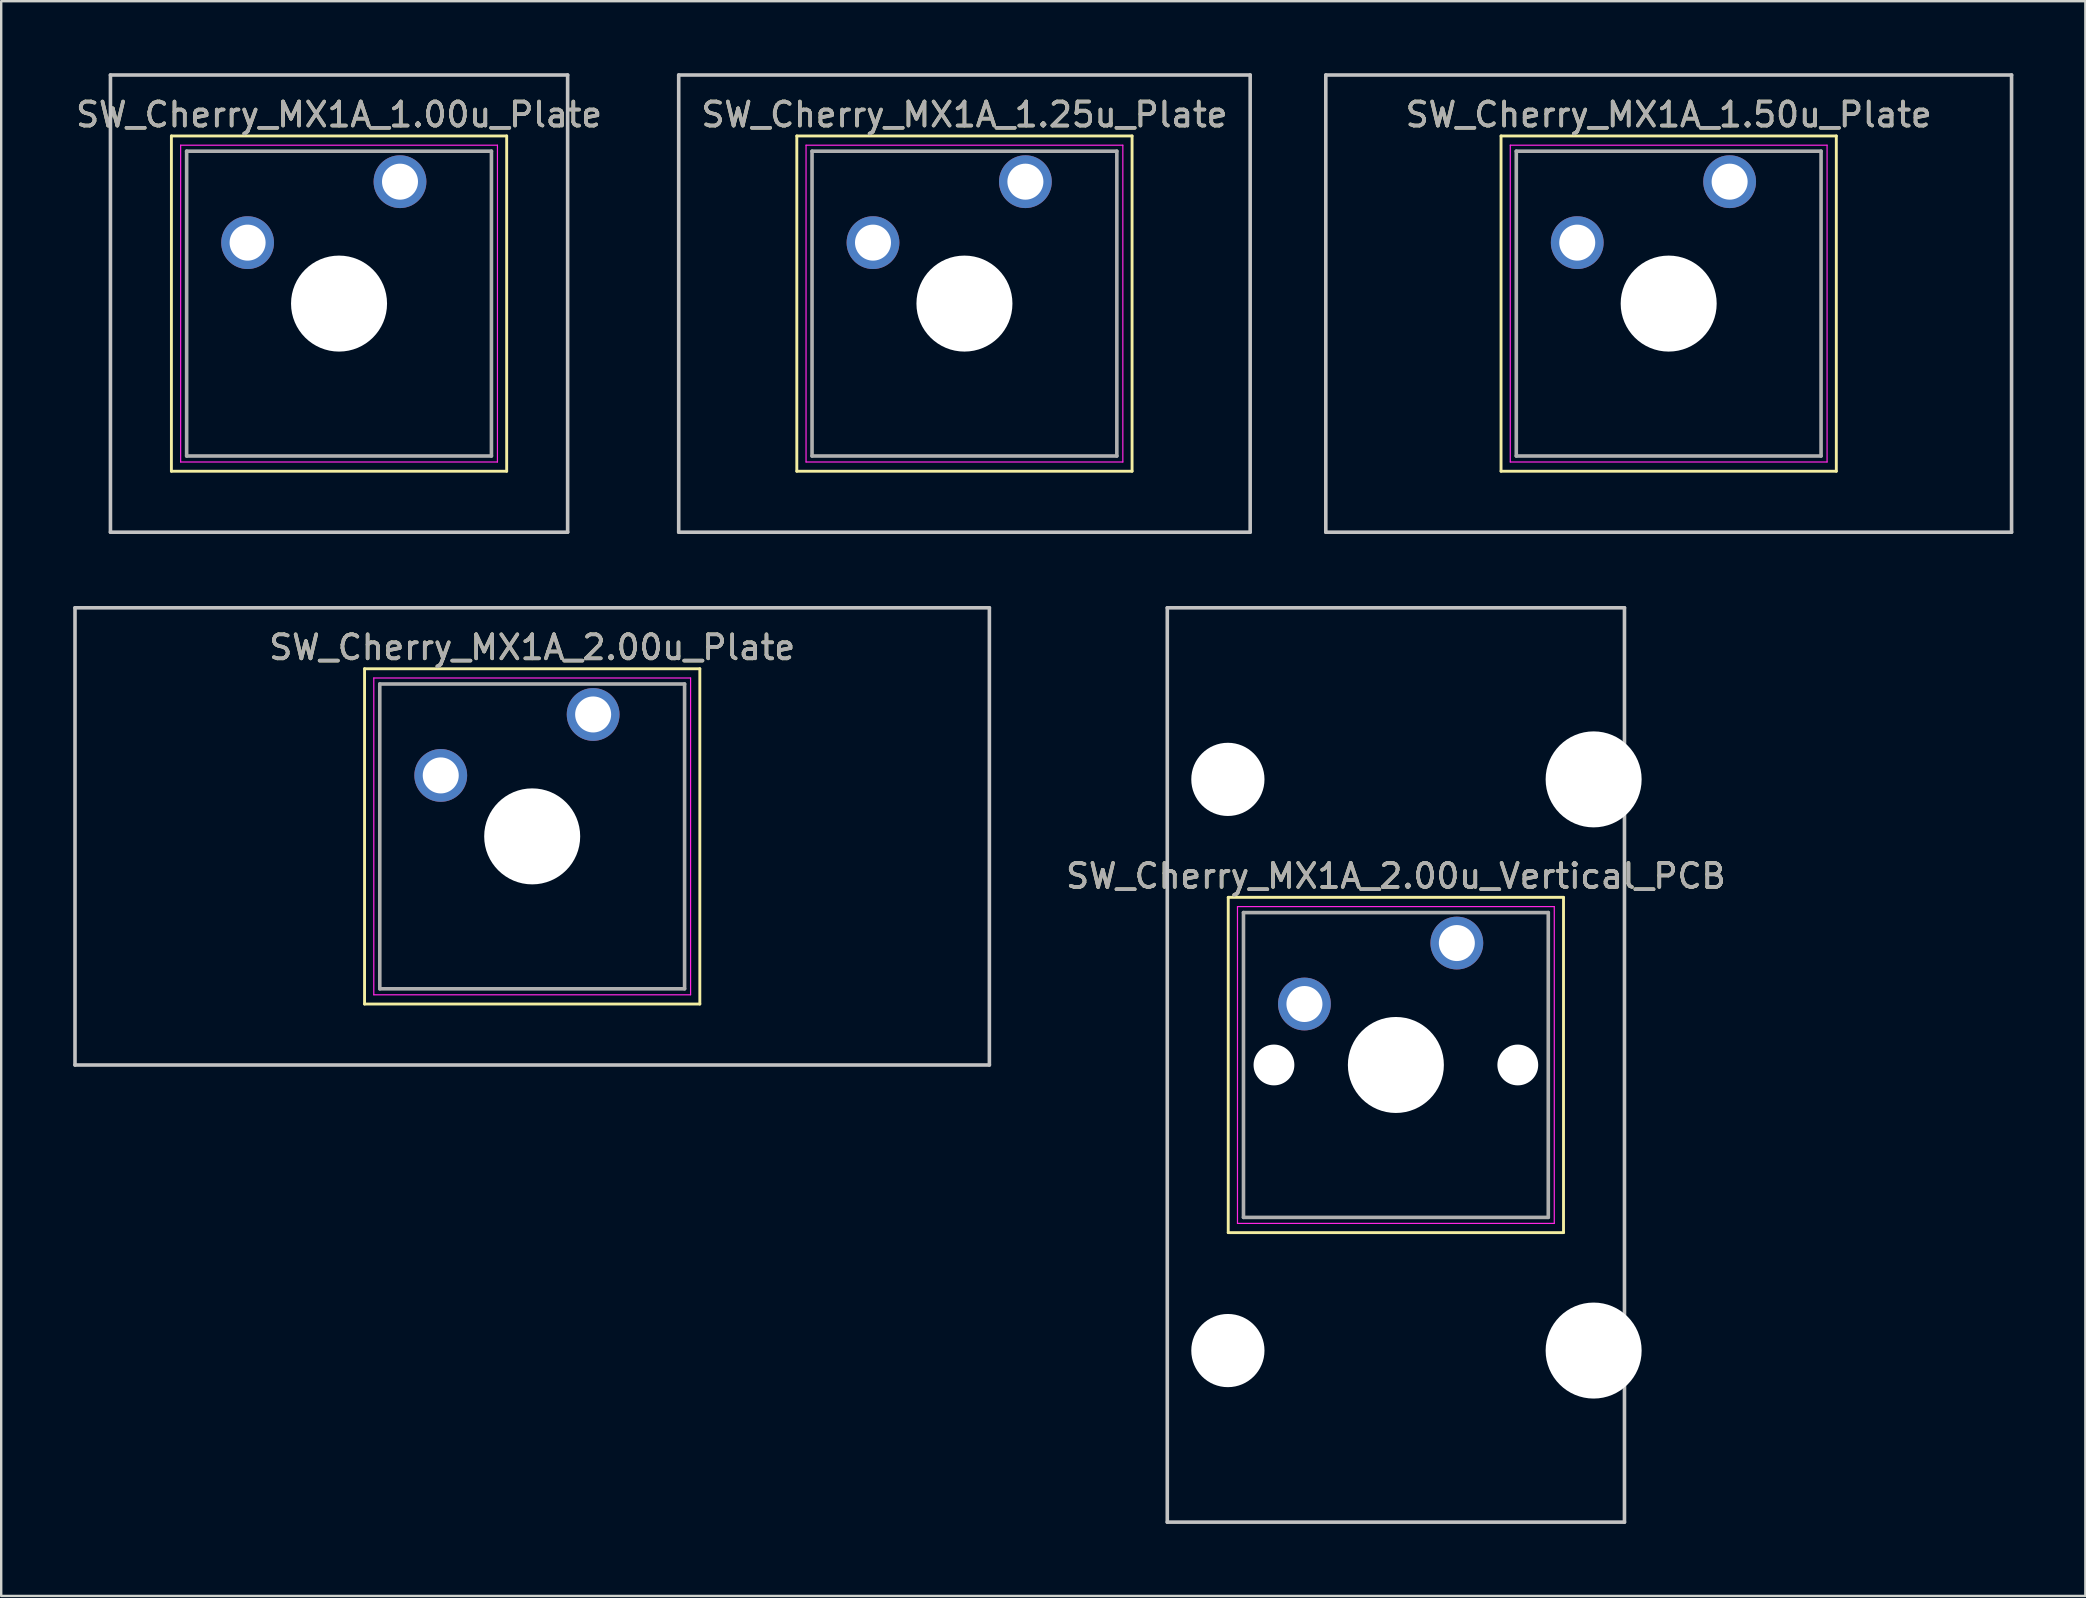
<source format=kicad_pcb>
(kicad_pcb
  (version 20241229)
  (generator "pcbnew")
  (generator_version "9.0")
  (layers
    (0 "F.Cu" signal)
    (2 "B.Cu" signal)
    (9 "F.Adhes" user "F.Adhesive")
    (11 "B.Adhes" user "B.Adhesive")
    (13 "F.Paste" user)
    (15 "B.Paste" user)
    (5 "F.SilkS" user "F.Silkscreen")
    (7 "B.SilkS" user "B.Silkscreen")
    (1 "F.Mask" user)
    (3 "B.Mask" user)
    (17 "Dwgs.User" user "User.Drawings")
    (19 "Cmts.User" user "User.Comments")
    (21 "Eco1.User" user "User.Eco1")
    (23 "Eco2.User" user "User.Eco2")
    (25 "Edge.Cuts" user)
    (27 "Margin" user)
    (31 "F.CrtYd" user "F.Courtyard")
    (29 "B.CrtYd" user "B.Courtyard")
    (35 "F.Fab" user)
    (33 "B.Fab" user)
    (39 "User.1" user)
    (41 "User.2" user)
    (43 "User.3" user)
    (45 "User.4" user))
  (footprint "SW_Cherry_MX1A_1.25u_Plate"
    (layer "F.Cu")
    (at 37.136 9.6)
    (property "Reference" "SW_Cherry_MX1A_1.25u_Plate" (at 0 -7.874 0) (layer "F.SilkS") (effects (font (size 1 1) (thickness 0.15))))
    (attr through_hole)
    (fp_line (start -6.985 -6.985) (end 6.985 -6.985) (stroke (width 0.12) (type solid)) (layer "F.SilkS"))
    (fp_line (start -6.985 6.985) (end -6.985 -6.985) (stroke (width 0.12) (type solid)) (layer "F.SilkS"))
    (fp_line (start 6.985 -6.985) (end 6.985 6.985) (stroke (width 0.12) (type solid)) (layer "F.SilkS"))
    (fp_line (start 6.985 6.985) (end -6.985 6.985) (stroke (width 0.12) (type solid)) (layer "F.SilkS"))
    (fp_line (start -11.906 -9.525) (end 11.906 -9.525) (stroke (width 0.15) (type solid)) (layer "Dwgs.User"))
    (fp_line (start -11.906 9.525) (end -11.906 -9.525) (stroke (width 0.15) (type solid)) (layer "Dwgs.User"))
    (fp_line (start 11.906 -9.525) (end 11.906 9.525) (stroke (width 0.15) (type solid)) (layer "Dwgs.User"))
    (fp_line (start 11.906 9.525) (end -11.906 9.525) (stroke (width 0.15) (type solid)) (layer "Dwgs.User"))
    (fp_line (start -6.6 -6.6) (end 6.6 -6.6) (stroke (width 0.05) (type solid)) (layer "F.CrtYd"))
    (fp_line (start -6.6 6.6) (end -6.6 -6.6) (stroke (width 0.05) (type solid)) (layer "F.CrtYd"))
    (fp_line (start 6.6 -6.6) (end 6.6 6.6) (stroke (width 0.05) (type solid)) (layer "F.CrtYd"))
    (fp_line (start 6.6 6.6) (end -6.6 6.6) (stroke (width 0.05) (type solid)) (layer "F.CrtYd"))
    (fp_line (start -6.35 -6.35) (end 6.35 -6.35) (stroke (width 0.15) (type solid)) (layer "F.Fab"))
    (fp_line (start -6.35 6.35) (end -6.35 -6.35) (stroke (width 0.15) (type solid)) (layer "F.Fab"))
    (fp_line (start 6.35 -6.35) (end 6.35 6.35) (stroke (width 0.15) (type solid)) (layer "F.Fab"))
    (fp_line (start 6.35 6.35) (end -6.35 6.35) (stroke (width 0.15) (type solid)) (layer "F.Fab"))
    (fp_text user "${REFERENCE}" (at 0 -7.874 0) (layer "F.Fab") (effects (font (size 1 1) (thickness 0.15))))
    (pad "" np_thru_hole circle (at 0 0) (size 4 4) (drill 4) (layers "*.Cu" "*.Mask"))
    (pad "1" thru_hole circle (at 2.54 -5.08) (size 2.2 2.2) (drill 1.5) (layers "*.Cu" "*.Mask"))
    (pad "2" thru_hole circle (at -3.81 -2.54) (size 2.2 2.2) (drill 1.5) (layers "*.Cu" "*.Mask")))
  (footprint "SW_Cherry_MX1A_1.00u_Plate"
    (layer "F.Cu")
    (at 11.077 9.6)
    (property "Reference" "SW_Cherry_MX1A_1.00u_Plate" (at 0 -7.874 0) (layer "F.SilkS") (effects (font (size 1 1) (thickness 0.15))))
    (attr through_hole)
    (fp_line (start -6.985 -6.985) (end 6.985 -6.985) (stroke (width 0.12) (type solid)) (layer "F.SilkS"))
    (fp_line (start -6.985 6.985) (end -6.985 -6.985) (stroke (width 0.12) (type solid)) (layer "F.SilkS"))
    (fp_line (start 6.985 -6.985) (end 6.985 6.985) (stroke (width 0.12) (type solid)) (layer "F.SilkS"))
    (fp_line (start 6.985 6.985) (end -6.985 6.985) (stroke (width 0.12) (type solid)) (layer "F.SilkS"))
    (fp_line (start -9.525 -9.525) (end 9.525 -9.525) (stroke (width 0.15) (type solid)) (layer "Dwgs.User"))
    (fp_line (start -9.525 9.525) (end -9.525 -9.525) (stroke (width 0.15) (type solid)) (layer "Dwgs.User"))
    (fp_line (start 9.525 -9.525) (end 9.525 9.525) (stroke (width 0.15) (type solid)) (layer "Dwgs.User"))
    (fp_line (start 9.525 9.525) (end -9.525 9.525) (stroke (width 0.15) (type solid)) (layer "Dwgs.User"))
    (fp_line (start -6.6 -6.6) (end 6.6 -6.6) (stroke (width 0.05) (type solid)) (layer "F.CrtYd"))
    (fp_line (start -6.6 6.6) (end -6.6 -6.6) (stroke (width 0.05) (type solid)) (layer "F.CrtYd"))
    (fp_line (start 6.6 -6.6) (end 6.6 6.6) (stroke (width 0.05) (type solid)) (layer "F.CrtYd"))
    (fp_line (start 6.6 6.6) (end -6.6 6.6) (stroke (width 0.05) (type solid)) (layer "F.CrtYd"))
    (fp_line (start -6.35 -6.35) (end 6.35 -6.35) (stroke (width 0.15) (type solid)) (layer "F.Fab"))
    (fp_line (start -6.35 6.35) (end -6.35 -6.35) (stroke (width 0.15) (type solid)) (layer "F.Fab"))
    (fp_line (start 6.35 -6.35) (end 6.35 6.35) (stroke (width 0.15) (type solid)) (layer "F.Fab"))
    (fp_line (start 6.35 6.35) (end -6.35 6.35) (stroke (width 0.15) (type solid)) (layer "F.Fab"))
    (fp_text user "${REFERENCE}" (at 0 -7.874 0) (layer "F.Fab") (effects (font (size 1 1) (thickness 0.15))))
    (pad "" np_thru_hole circle (at 0 0) (size 4 4) (drill 4) (layers "*.Cu" "*.Mask"))
    (pad "1" thru_hole circle (at 2.54 -5.08) (size 2.2 2.2) (drill 1.5) (layers "*.Cu" "*.Mask"))
    (pad "2" thru_hole circle (at -3.81 -2.54) (size 2.2 2.2) (drill 1.5) (layers "*.Cu" "*.Mask")))
  (footprint "SW_Cherry_MX1A_1.50u_Plate"
    (layer "F.Cu")
    (at 66.48 9.6)
    (property "Reference" "SW_Cherry_MX1A_1.50u_Plate" (at 0 -7.874 0) (layer "F.SilkS") (effects (font (size 1 1) (thickness 0.15))))
    (attr through_hole)
    (fp_line (start -6.985 -6.985) (end 6.985 -6.985) (stroke (width 0.12) (type solid)) (layer "F.SilkS"))
    (fp_line (start -6.985 6.985) (end -6.985 -6.985) (stroke (width 0.12) (type solid)) (layer "F.SilkS"))
    (fp_line (start 6.985 -6.985) (end 6.985 6.985) (stroke (width 0.12) (type solid)) (layer "F.SilkS"))
    (fp_line (start 6.985 6.985) (end -6.985 6.985) (stroke (width 0.12) (type solid)) (layer "F.SilkS"))
    (fp_line (start -14.287 -9.525) (end 14.287 -9.525) (stroke (width 0.15) (type solid)) (layer "Dwgs.User"))
    (fp_line (start -14.287 9.525) (end -14.287 -9.525) (stroke (width 0.15) (type solid)) (layer "Dwgs.User"))
    (fp_line (start 14.287 -9.525) (end 14.287 9.525) (stroke (width 0.15) (type solid)) (layer "Dwgs.User"))
    (fp_line (start 14.287 9.525) (end -14.287 9.525) (stroke (width 0.15) (type solid)) (layer "Dwgs.User"))
    (fp_line (start -6.6 -6.6) (end 6.6 -6.6) (stroke (width 0.05) (type solid)) (layer "F.CrtYd"))
    (fp_line (start -6.6 6.6) (end -6.6 -6.6) (stroke (width 0.05) (type solid)) (layer "F.CrtYd"))
    (fp_line (start 6.6 -6.6) (end 6.6 6.6) (stroke (width 0.05) (type solid)) (layer "F.CrtYd"))
    (fp_line (start 6.6 6.6) (end -6.6 6.6) (stroke (width 0.05) (type solid)) (layer "F.CrtYd"))
    (fp_line (start -6.35 -6.35) (end 6.35 -6.35) (stroke (width 0.15) (type solid)) (layer "F.Fab"))
    (fp_line (start -6.35 6.35) (end -6.35 -6.35) (stroke (width 0.15) (type solid)) (layer "F.Fab"))
    (fp_line (start 6.35 -6.35) (end 6.35 6.35) (stroke (width 0.15) (type solid)) (layer "F.Fab"))
    (fp_line (start 6.35 6.35) (end -6.35 6.35) (stroke (width 0.15) (type solid)) (layer "F.Fab"))
    (fp_text user "${REFERENCE}" (at 0 -7.874 0) (layer "F.Fab") (effects (font (size 1 1) (thickness 0.15))))
    (pad "" np_thru_hole circle (at 0 0) (size 4 4) (drill 4) (layers "*.Cu" "*.Mask"))
    (pad "1" thru_hole circle (at 2.54 -5.08) (size 2.2 2.2) (drill 1.5) (layers "*.Cu" "*.Mask"))
    (pad "2" thru_hole circle (at -3.81 -2.54) (size 2.2 2.2) (drill 1.5) (layers "*.Cu" "*.Mask")))
  (footprint "SW_Cherry_MX1A_2.00u_Plate"
    (layer "F.Cu")
    (at 19.125 31.8)
    (property "Reference" "SW_Cherry_MX1A_2.00u_Plate" (at 0 -7.874 0) (layer "F.SilkS") (effects (font (size 1 1) (thickness 0.15))))
    (attr through_hole)
    (fp_line (start -6.985 -6.985) (end 6.985 -6.985) (stroke (width 0.12) (type solid)) (layer "F.SilkS"))
    (fp_line (start -6.985 6.985) (end -6.985 -6.985) (stroke (width 0.12) (type solid)) (layer "F.SilkS"))
    (fp_line (start 6.985 -6.985) (end 6.985 6.985) (stroke (width 0.12) (type solid)) (layer "F.SilkS"))
    (fp_line (start 6.985 6.985) (end -6.985 6.985) (stroke (width 0.12) (type solid)) (layer "F.SilkS"))
    (fp_line (start -19.05 -9.525) (end 19.05 -9.525) (stroke (width 0.15) (type solid)) (layer "Dwgs.User"))
    (fp_line (start -19.05 9.525) (end -19.05 -9.525) (stroke (width 0.15) (type solid)) (layer "Dwgs.User"))
    (fp_line (start 19.05 -9.525) (end 19.05 9.525) (stroke (width 0.15) (type solid)) (layer "Dwgs.User"))
    (fp_line (start 19.05 9.525) (end -19.05 9.525) (stroke (width 0.15) (type solid)) (layer "Dwgs.User"))
    (fp_line (start -6.6 -6.6) (end 6.6 -6.6) (stroke (width 0.05) (type solid)) (layer "F.CrtYd"))
    (fp_line (start -6.6 6.6) (end -6.6 -6.6) (stroke (width 0.05) (type solid)) (layer "F.CrtYd"))
    (fp_line (start 6.6 -6.6) (end 6.6 6.6) (stroke (width 0.05) (type solid)) (layer "F.CrtYd"))
    (fp_line (start 6.6 6.6) (end -6.6 6.6) (stroke (width 0.05) (type solid)) (layer "F.CrtYd"))
    (fp_line (start -6.35 -6.35) (end 6.35 -6.35) (stroke (width 0.15) (type solid)) (layer "F.Fab"))
    (fp_line (start -6.35 6.35) (end -6.35 -6.35) (stroke (width 0.15) (type solid)) (layer "F.Fab"))
    (fp_line (start 6.35 -6.35) (end 6.35 6.35) (stroke (width 0.15) (type solid)) (layer "F.Fab"))
    (fp_line (start 6.35 6.35) (end -6.35 6.35) (stroke (width 0.15) (type solid)) (layer "F.Fab"))
    (fp_text user "${REFERENCE}" (at 0 -7.874 0) (layer "F.Fab") (effects (font (size 1 1) (thickness 0.15))))
    (pad "" np_thru_hole circle (at 0 0) (size 4 4) (drill 4) (layers "*.Cu" "*.Mask"))
    (pad "1" thru_hole circle (at 2.54 -5.08) (size 2.2 2.2) (drill 1.5) (layers "*.Cu" "*.Mask"))
    (pad "2" thru_hole circle (at -3.81 -2.54) (size 2.2 2.2) (drill 1.5) (layers "*.Cu" "*.Mask")))
  (footprint "SW_Cherry_MX1A_2.00u_Vertical_PCB"
    (layer "F.Cu")
    (at 55.113 41.325)
    (property "Reference" "SW_Cherry_MX1A_2.00u_Vertical_PCB" (at 0 -7.874 0) (layer "F.SilkS") (effects (font (size 1 1) (thickness 0.15))))
    (attr through_hole)
    (fp_line (start -6.985 -6.985) (end 6.985 -6.985) (stroke (width 0.12) (type solid)) (layer "F.SilkS"))
    (fp_line (start -6.985 6.985) (end -6.985 -6.985) (stroke (width 0.12) (type solid)) (layer "F.SilkS"))
    (fp_line (start 6.985 -6.985) (end 6.985 6.985) (stroke (width 0.12) (type solid)) (layer "F.SilkS"))
    (fp_line (start 6.985 6.985) (end -6.985 6.985) (stroke (width 0.12) (type solid)) (layer "F.SilkS"))
    (fp_line (start -9.525 -19.05) (end 9.525 -19.05) (stroke (width 0.15) (type solid)) (layer "Dwgs.User"))
    (fp_line (start -9.525 19.05) (end -9.525 -19.05) (stroke (width 0.15) (type solid)) (layer "Dwgs.User"))
    (fp_line (start 9.525 -19.05) (end 9.525 19.05) (stroke (width 0.15) (type solid)) (layer "Dwgs.User"))
    (fp_line (start 9.525 19.05) (end -9.525 19.05) (stroke (width 0.15) (type solid)) (layer "Dwgs.User"))
    (fp_line (start -6.6 -6.6) (end 6.6 -6.6) (stroke (width 0.05) (type solid)) (layer "F.CrtYd"))
    (fp_line (start -6.6 6.6) (end -6.6 -6.6) (stroke (width 0.05) (type solid)) (layer "F.CrtYd"))
    (fp_line (start 6.6 -6.6) (end 6.6 6.6) (stroke (width 0.05) (type solid)) (layer "F.CrtYd"))
    (fp_line (start 6.6 6.6) (end -6.6 6.6) (stroke (width 0.05) (type solid)) (layer "F.CrtYd"))
    (fp_line (start -6.35 -6.35) (end 6.35 -6.35) (stroke (width 0.15) (type solid)) (layer "F.Fab"))
    (fp_line (start -6.35 6.35) (end -6.35 -6.35) (stroke (width 0.15) (type solid)) (layer "F.Fab"))
    (fp_line (start 6.35 -6.35) (end 6.35 6.35) (stroke (width 0.15) (type solid)) (layer "F.Fab"))
    (fp_line (start 6.35 6.35) (end -6.35 6.35) (stroke (width 0.15) (type solid)) (layer "F.Fab"))
    (fp_text user "${REFERENCE}" (at 0 -7.874 0) (layer "F.Fab") (effects (font (size 1 1) (thickness 0.15))))
    (pad "" np_thru_hole circle (at -7 -11.9) (size 3.05 3.05) (drill 3.05) (layers "*.Cu" "*.Mask"))
    (pad "" np_thru_hole circle (at -7 11.9) (size 3.05 3.05) (drill 3.05) (layers "*.Cu" "*.Mask"))
    (pad "" np_thru_hole circle (at -5.08 0) (size 1.7 1.7) (drill 1.7) (layers "*.Cu" "*.Mask"))
    (pad "" np_thru_hole circle (at 0 0) (size 4 4) (drill 4) (layers "*.Cu" "*.Mask"))
    (pad "" np_thru_hole circle (at 5.08 0) (size 1.7 1.7) (drill 1.7) (layers "*.Cu" "*.Mask"))
    (pad "" np_thru_hole circle (at 8.24 -11.9) (size 4 4) (drill 4) (layers "*.Cu" "*.Mask"))
    (pad "" np_thru_hole circle (at 8.24 11.9) (size 4 4) (drill 4) (layers "*.Cu" "*.Mask"))
    (pad "1" thru_hole circle (at 2.54 -5.08) (size 2.2 2.2) (drill 1.5) (layers "*.Cu" "*.Mask"))
    (pad "2" thru_hole circle (at -3.81 -2.54) (size 2.2 2.2) (drill 1.5) (layers "*.Cu" "*.Mask")))
  (gr_rect
    (start -3 -3)
    (end 83.842 63.45)
    (stroke (width 0.1) (type default))
    (fill no)
    (layer "Edge.Cuts")))
</source>
